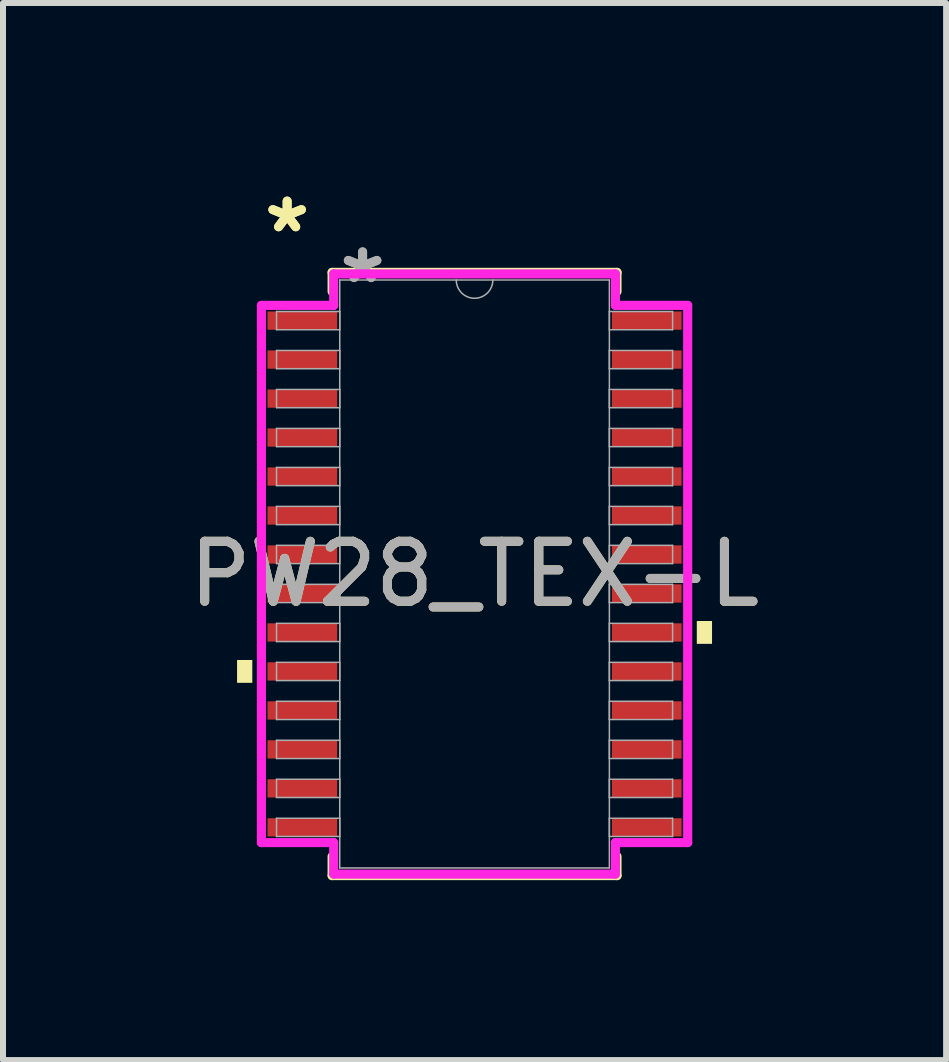
<source format=kicad_pcb>
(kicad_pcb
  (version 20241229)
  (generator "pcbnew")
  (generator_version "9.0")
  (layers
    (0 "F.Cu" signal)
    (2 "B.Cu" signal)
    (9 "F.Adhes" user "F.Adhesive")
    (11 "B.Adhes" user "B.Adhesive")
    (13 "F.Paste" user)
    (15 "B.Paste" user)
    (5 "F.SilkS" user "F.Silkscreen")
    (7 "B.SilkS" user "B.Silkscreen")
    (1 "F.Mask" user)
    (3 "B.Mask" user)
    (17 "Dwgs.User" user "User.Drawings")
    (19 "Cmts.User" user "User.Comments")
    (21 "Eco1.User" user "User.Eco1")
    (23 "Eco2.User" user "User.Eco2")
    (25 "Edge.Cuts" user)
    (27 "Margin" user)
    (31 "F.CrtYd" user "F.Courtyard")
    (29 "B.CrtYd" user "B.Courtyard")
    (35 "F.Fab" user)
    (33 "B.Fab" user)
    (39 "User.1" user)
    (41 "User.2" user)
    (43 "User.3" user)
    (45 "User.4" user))
  (footprint "PW28_TEX-L"
    (layer "F.Cu")
    (at 4.863 6.521)
    (property "Reference" "PW28_TEX-L" (at 0 0 0) (unlocked yes) (layer "F.SilkS") (effects (font (size 1 1) (thickness 0.15))))
    (attr smd)
    (fp_line (start -2.375 -5.029) (end -2.375 -4.71) (stroke (width 0.152) (type solid)) (layer "F.SilkS"))
    (fp_line (start -2.375 4.71) (end -2.375 5.029) (stroke (width 0.152) (type solid)) (layer "F.SilkS"))
    (fp_line (start -2.375 5.029) (end 2.375 5.029) (stroke (width 0.152) (type solid)) (layer "F.SilkS"))
    (fp_line (start 2.375 -5.029) (end -2.375 -5.029) (stroke (width 0.152) (type solid)) (layer "F.SilkS"))
    (fp_line (start 2.375 -4.71) (end 2.375 -5.029) (stroke (width 0.152) (type solid)) (layer "F.SilkS"))
    (fp_line (start 2.375 5.029) (end 2.375 4.71) (stroke (width 0.152) (type solid)) (layer "F.SilkS"))
    (fp_poly (pts (xy -3.96 1.434) (xy -3.96 1.815) (xy -3.706 1.815) (xy -3.706 1.434)) (stroke (width 0) (type solid)) (fill yes) (layer "F.SilkS"))
    (fp_poly (pts (xy 3.96 0.784) (xy 3.96 1.165) (xy 3.706 1.165) (xy 3.706 0.784)) (stroke (width 0) (type solid)) (fill yes) (layer "F.SilkS"))
    (fp_line (start -3.554 -4.479) (end -2.349 -4.479) (stroke (width 0.152) (type solid)) (layer "F.CrtYd"))
    (fp_line (start -3.554 4.479) (end -3.554 -4.479) (stroke (width 0.152) (type solid)) (layer "F.CrtYd"))
    (fp_line (start -3.554 4.479) (end -2.349 4.479) (stroke (width 0.152) (type solid)) (layer "F.CrtYd"))
    (fp_line (start -2.349 -5.004) (end 2.349 -5.004) (stroke (width 0.152) (type solid)) (layer "F.CrtYd"))
    (fp_line (start -2.349 -4.479) (end -2.349 -5.004) (stroke (width 0.152) (type solid)) (layer "F.CrtYd"))
    (fp_line (start -2.349 5.004) (end -2.349 4.479) (stroke (width 0.152) (type solid)) (layer "F.CrtYd"))
    (fp_line (start 2.349 -5.004) (end 2.349 -4.479) (stroke (width 0.152) (type solid)) (layer "F.CrtYd"))
    (fp_line (start 2.349 4.479) (end 2.349 5.004) (stroke (width 0.152) (type solid)) (layer "F.CrtYd"))
    (fp_line (start 2.349 5.004) (end -2.349 5.004) (stroke (width 0.152) (type solid)) (layer "F.CrtYd"))
    (fp_line (start 3.554 -4.479) (end 2.349 -4.479) (stroke (width 0.152) (type solid)) (layer "F.CrtYd"))
    (fp_line (start 3.554 -4.479) (end 3.554 4.479) (stroke (width 0.152) (type solid)) (layer "F.CrtYd"))
    (fp_line (start 3.554 4.479) (end 2.349 4.479) (stroke (width 0.152) (type solid)) (layer "F.CrtYd"))
    (fp_line (start -3.302 -4.377) (end -3.302 -4.073) (stroke (width 0.025) (type solid)) (layer "F.Fab"))
    (fp_line (start -3.302 -4.073) (end -2.248 -4.073) (stroke (width 0.025) (type solid)) (layer "F.Fab"))
    (fp_line (start -3.302 -3.727) (end -3.302 -3.423) (stroke (width 0.025) (type solid)) (layer "F.Fab"))
    (fp_line (start -3.302 -3.423) (end -2.248 -3.423) (stroke (width 0.025) (type solid)) (layer "F.Fab"))
    (fp_line (start -3.302 -3.077) (end -3.302 -2.773) (stroke (width 0.025) (type solid)) (layer "F.Fab"))
    (fp_line (start -3.302 -2.773) (end -2.248 -2.773) (stroke (width 0.025) (type solid)) (layer "F.Fab"))
    (fp_line (start -3.302 -2.427) (end -3.302 -2.123) (stroke (width 0.025) (type solid)) (layer "F.Fab"))
    (fp_line (start -3.302 -2.123) (end -2.248 -2.123) (stroke (width 0.025) (type solid)) (layer "F.Fab"))
    (fp_line (start -3.302 -1.777) (end -3.302 -1.473) (stroke (width 0.025) (type solid)) (layer "F.Fab"))
    (fp_line (start -3.302 -1.473) (end -2.248 -1.473) (stroke (width 0.025) (type solid)) (layer "F.Fab"))
    (fp_line (start -3.302 -1.127) (end -3.302 -0.823) (stroke (width 0.025) (type solid)) (layer "F.Fab"))
    (fp_line (start -3.302 -0.823) (end -2.248 -0.823) (stroke (width 0.025) (type solid)) (layer "F.Fab"))
    (fp_line (start -3.302 -0.477) (end -3.302 -0.173) (stroke (width 0.025) (type solid)) (layer "F.Fab"))
    (fp_line (start -3.302 -0.173) (end -2.248 -0.173) (stroke (width 0.025) (type solid)) (layer "F.Fab"))
    (fp_line (start -3.302 0.173) (end -3.302 0.477) (stroke (width 0.025) (type solid)) (layer "F.Fab"))
    (fp_line (start -3.302 0.477) (end -2.248 0.477) (stroke (width 0.025) (type solid)) (layer "F.Fab"))
    (fp_line (start -3.302 0.823) (end -3.302 1.127) (stroke (width 0.025) (type solid)) (layer "F.Fab"))
    (fp_line (start -3.302 1.127) (end -2.248 1.127) (stroke (width 0.025) (type solid)) (layer "F.Fab"))
    (fp_line (start -3.302 1.473) (end -3.302 1.777) (stroke (width 0.025) (type solid)) (layer "F.Fab"))
    (fp_line (start -3.302 1.777) (end -2.248 1.777) (stroke (width 0.025) (type solid)) (layer "F.Fab"))
    (fp_line (start -3.302 2.123) (end -3.302 2.427) (stroke (width 0.025) (type solid)) (layer "F.Fab"))
    (fp_line (start -3.302 2.427) (end -2.248 2.427) (stroke (width 0.025) (type solid)) (layer "F.Fab"))
    (fp_line (start -3.302 2.773) (end -3.302 3.077) (stroke (width 0.025) (type solid)) (layer "F.Fab"))
    (fp_line (start -3.302 3.077) (end -2.248 3.077) (stroke (width 0.025) (type solid)) (layer "F.Fab"))
    (fp_line (start -3.302 3.423) (end -3.302 3.727) (stroke (width 0.025) (type solid)) (layer "F.Fab"))
    (fp_line (start -3.302 3.727) (end -2.248 3.727) (stroke (width 0.025) (type solid)) (layer "F.Fab"))
    (fp_line (start -3.302 4.073) (end -3.302 4.377) (stroke (width 0.025) (type solid)) (layer "F.Fab"))
    (fp_line (start -3.302 4.377) (end -2.248 4.377) (stroke (width 0.025) (type solid)) (layer "F.Fab"))
    (fp_line (start -2.248 -4.902) (end -2.248 4.902) (stroke (width 0.025) (type solid)) (layer "F.Fab"))
    (fp_line (start -2.248 -4.377) (end -3.302 -4.377) (stroke (width 0.025) (type solid)) (layer "F.Fab"))
    (fp_line (start -2.248 -4.073) (end -2.248 -4.377) (stroke (width 0.025) (type solid)) (layer "F.Fab"))
    (fp_line (start -2.248 -3.727) (end -3.302 -3.727) (stroke (width 0.025) (type solid)) (layer "F.Fab"))
    (fp_line (start -2.248 -3.423) (end -2.248 -3.727) (stroke (width 0.025) (type solid)) (layer "F.Fab"))
    (fp_line (start -2.248 -3.077) (end -3.302 -3.077) (stroke (width 0.025) (type solid)) (layer "F.Fab"))
    (fp_line (start -2.248 -2.773) (end -2.248 -3.077) (stroke (width 0.025) (type solid)) (layer "F.Fab"))
    (fp_line (start -2.248 -2.427) (end -3.302 -2.427) (stroke (width 0.025) (type solid)) (layer "F.Fab"))
    (fp_line (start -2.248 -2.123) (end -2.248 -2.427) (stroke (width 0.025) (type solid)) (layer "F.Fab"))
    (fp_line (start -2.248 -1.777) (end -3.302 -1.777) (stroke (width 0.025) (type solid)) (layer "F.Fab"))
    (fp_line (start -2.248 -1.473) (end -2.248 -1.777) (stroke (width 0.025) (type solid)) (layer "F.Fab"))
    (fp_line (start -2.248 -1.127) (end -3.302 -1.127) (stroke (width 0.025) (type solid)) (layer "F.Fab"))
    (fp_line (start -2.248 -0.823) (end -2.248 -1.127) (stroke (width 0.025) (type solid)) (layer "F.Fab"))
    (fp_line (start -2.248 -0.477) (end -3.302 -0.477) (stroke (width 0.025) (type solid)) (layer "F.Fab"))
    (fp_line (start -2.248 -0.173) (end -2.248 -0.477) (stroke (width 0.025) (type solid)) (layer "F.Fab"))
    (fp_line (start -2.248 0.173) (end -3.302 0.173) (stroke (width 0.025) (type solid)) (layer "F.Fab"))
    (fp_line (start -2.248 0.477) (end -2.248 0.173) (stroke (width 0.025) (type solid)) (layer "F.Fab"))
    (fp_line (start -2.248 0.823) (end -3.302 0.823) (stroke (width 0.025) (type solid)) (layer "F.Fab"))
    (fp_line (start -2.248 1.127) (end -2.248 0.823) (stroke (width 0.025) (type solid)) (layer "F.Fab"))
    (fp_line (start -2.248 1.473) (end -3.302 1.473) (stroke (width 0.025) (type solid)) (layer "F.Fab"))
    (fp_line (start -2.248 1.777) (end -2.248 1.473) (stroke (width 0.025) (type solid)) (layer "F.Fab"))
    (fp_line (start -2.248 2.123) (end -3.302 2.123) (stroke (width 0.025) (type solid)) (layer "F.Fab"))
    (fp_line (start -2.248 2.427) (end -2.248 2.123) (stroke (width 0.025) (type solid)) (layer "F.Fab"))
    (fp_line (start -2.248 2.773) (end -3.302 2.773) (stroke (width 0.025) (type solid)) (layer "F.Fab"))
    (fp_line (start -2.248 3.077) (end -2.248 2.773) (stroke (width 0.025) (type solid)) (layer "F.Fab"))
    (fp_line (start -2.248 3.423) (end -3.302 3.423) (stroke (width 0.025) (type solid)) (layer "F.Fab"))
    (fp_line (start -2.248 3.727) (end -2.248 3.423) (stroke (width 0.025) (type solid)) (layer "F.Fab"))
    (fp_line (start -2.248 4.073) (end -3.302 4.073) (stroke (width 0.025) (type solid)) (layer "F.Fab"))
    (fp_line (start -2.248 4.377) (end -2.248 4.073) (stroke (width 0.025) (type solid)) (layer "F.Fab"))
    (fp_line (start -2.248 4.902) (end 2.248 4.902) (stroke (width 0.025) (type solid)) (layer "F.Fab"))
    (fp_line (start 2.248 -4.902) (end -2.248 -4.902) (stroke (width 0.025) (type solid)) (layer "F.Fab"))
    (fp_line (start 2.248 -4.377) (end 2.248 -4.073) (stroke (width 0.025) (type solid)) (layer "F.Fab"))
    (fp_line (start 2.248 -4.073) (end 3.302 -4.073) (stroke (width 0.025) (type solid)) (layer "F.Fab"))
    (fp_line (start 2.248 -3.727) (end 2.248 -3.423) (stroke (width 0.025) (type solid)) (layer "F.Fab"))
    (fp_line (start 2.248 -3.423) (end 3.302 -3.423) (stroke (width 0.025) (type solid)) (layer "F.Fab"))
    (fp_line (start 2.248 -3.077) (end 2.248 -2.773) (stroke (width 0.025) (type solid)) (layer "F.Fab"))
    (fp_line (start 2.248 -2.773) (end 3.302 -2.773) (stroke (width 0.025) (type solid)) (layer "F.Fab"))
    (fp_line (start 2.248 -2.427) (end 2.248 -2.123) (stroke (width 0.025) (type solid)) (layer "F.Fab"))
    (fp_line (start 2.248 -2.123) (end 3.302 -2.123) (stroke (width 0.025) (type solid)) (layer "F.Fab"))
    (fp_line (start 2.248 -1.777) (end 2.248 -1.473) (stroke (width 0.025) (type solid)) (layer "F.Fab"))
    (fp_line (start 2.248 -1.473) (end 3.302 -1.473) (stroke (width 0.025) (type solid)) (layer "F.Fab"))
    (fp_line (start 2.248 -1.127) (end 2.248 -0.823) (stroke (width 0.025) (type solid)) (layer "F.Fab"))
    (fp_line (start 2.248 -0.823) (end 3.302 -0.823) (stroke (width 0.025) (type solid)) (layer "F.Fab"))
    (fp_line (start 2.248 -0.477) (end 2.248 -0.173) (stroke (width 0.025) (type solid)) (layer "F.Fab"))
    (fp_line (start 2.248 -0.173) (end 3.302 -0.173) (stroke (width 0.025) (type solid)) (layer "F.Fab"))
    (fp_line (start 2.248 0.173) (end 2.248 0.477) (stroke (width 0.025) (type solid)) (layer "F.Fab"))
    (fp_line (start 2.248 0.477) (end 3.302 0.477) (stroke (width 0.025) (type solid)) (layer "F.Fab"))
    (fp_line (start 2.248 0.823) (end 2.248 1.127) (stroke (width 0.025) (type solid)) (layer "F.Fab"))
    (fp_line (start 2.248 1.127) (end 3.302 1.127) (stroke (width 0.025) (type solid)) (layer "F.Fab"))
    (fp_line (start 2.248 1.473) (end 2.248 1.777) (stroke (width 0.025) (type solid)) (layer "F.Fab"))
    (fp_line (start 2.248 1.777) (end 3.302 1.777) (stroke (width 0.025) (type solid)) (layer "F.Fab"))
    (fp_line (start 2.248 2.123) (end 2.248 2.427) (stroke (width 0.025) (type solid)) (layer "F.Fab"))
    (fp_line (start 2.248 2.427) (end 3.302 2.427) (stroke (width 0.025) (type solid)) (layer "F.Fab"))
    (fp_line (start 2.248 2.773) (end 2.248 3.077) (stroke (width 0.025) (type solid)) (layer "F.Fab"))
    (fp_line (start 2.248 3.077) (end 3.302 3.077) (stroke (width 0.025) (type solid)) (layer "F.Fab"))
    (fp_line (start 2.248 3.423) (end 2.248 3.727) (stroke (width 0.025) (type solid)) (layer "F.Fab"))
    (fp_line (start 2.248 3.727) (end 3.302 3.727) (stroke (width 0.025) (type solid)) (layer "F.Fab"))
    (fp_line (start 2.248 4.073) (end 2.248 4.377) (stroke (width 0.025) (type solid)) (layer "F.Fab"))
    (fp_line (start 2.248 4.377) (end 3.302 4.377) (stroke (width 0.025) (type solid)) (layer "F.Fab"))
    (fp_line (start 2.248 4.902) (end 2.248 -4.902) (stroke (width 0.025) (type solid)) (layer "F.Fab"))
    (fp_line (start 3.302 -4.377) (end 2.248 -4.377) (stroke (width 0.025) (type solid)) (layer "F.Fab"))
    (fp_line (start 3.302 -4.073) (end 3.302 -4.377) (stroke (width 0.025) (type solid)) (layer "F.Fab"))
    (fp_line (start 3.302 -3.727) (end 2.248 -3.727) (stroke (width 0.025) (type solid)) (layer "F.Fab"))
    (fp_line (start 3.302 -3.423) (end 3.302 -3.727) (stroke (width 0.025) (type solid)) (layer "F.Fab"))
    (fp_line (start 3.302 -3.077) (end 2.248 -3.077) (stroke (width 0.025) (type solid)) (layer "F.Fab"))
    (fp_line (start 3.302 -2.773) (end 3.302 -3.077) (stroke (width 0.025) (type solid)) (layer "F.Fab"))
    (fp_line (start 3.302 -2.427) (end 2.248 -2.427) (stroke (width 0.025) (type solid)) (layer "F.Fab"))
    (fp_line (start 3.302 -2.123) (end 3.302 -2.427) (stroke (width 0.025) (type solid)) (layer "F.Fab"))
    (fp_line (start 3.302 -1.777) (end 2.248 -1.777) (stroke (width 0.025) (type solid)) (layer "F.Fab"))
    (fp_line (start 3.302 -1.473) (end 3.302 -1.777) (stroke (width 0.025) (type solid)) (layer "F.Fab"))
    (fp_line (start 3.302 -1.127) (end 2.248 -1.127) (stroke (width 0.025) (type solid)) (layer "F.Fab"))
    (fp_line (start 3.302 -0.823) (end 3.302 -1.127) (stroke (width 0.025) (type solid)) (layer "F.Fab"))
    (fp_line (start 3.302 -0.477) (end 2.248 -0.477) (stroke (width 0.025) (type solid)) (layer "F.Fab"))
    (fp_line (start 3.302 -0.173) (end 3.302 -0.477) (stroke (width 0.025) (type solid)) (layer "F.Fab"))
    (fp_line (start 3.302 0.173) (end 2.248 0.173) (stroke (width 0.025) (type solid)) (layer "F.Fab"))
    (fp_line (start 3.302 0.477) (end 3.302 0.173) (stroke (width 0.025) (type solid)) (layer "F.Fab"))
    (fp_line (start 3.302 0.823) (end 2.248 0.823) (stroke (width 0.025) (type solid)) (layer "F.Fab"))
    (fp_line (start 3.302 1.127) (end 3.302 0.823) (stroke (width 0.025) (type solid)) (layer "F.Fab"))
    (fp_line (start 3.302 1.473) (end 2.248 1.473) (stroke (width 0.025) (type solid)) (layer "F.Fab"))
    (fp_line (start 3.302 1.777) (end 3.302 1.473) (stroke (width 0.025) (type solid)) (layer "F.Fab"))
    (fp_line (start 3.302 2.123) (end 2.248 2.123) (stroke (width 0.025) (type solid)) (layer "F.Fab"))
    (fp_line (start 3.302 2.427) (end 3.302 2.123) (stroke (width 0.025) (type solid)) (layer "F.Fab"))
    (fp_line (start 3.302 2.773) (end 2.248 2.773) (stroke (width 0.025) (type solid)) (layer "F.Fab"))
    (fp_line (start 3.302 3.077) (end 3.302 2.773) (stroke (width 0.025) (type solid)) (layer "F.Fab"))
    (fp_line (start 3.302 3.423) (end 2.248 3.423) (stroke (width 0.025) (type solid)) (layer "F.Fab"))
    (fp_line (start 3.302 3.727) (end 3.302 3.423) (stroke (width 0.025) (type solid)) (layer "F.Fab"))
    (fp_line (start 3.302 4.073) (end 2.248 4.073) (stroke (width 0.025) (type solid)) (layer "F.Fab"))
    (fp_line (start 3.302 4.377) (end 3.302 4.073) (stroke (width 0.025) (type solid)) (layer "F.Fab"))
    (fp_arc (start 0.3048 -4.9022) (mid 0 -4.5974) (end -0.3048 -4.9022) (stroke (width 0.0254) (type solid)) (layer "F.Fab"))
    (fp_text user "*" (at -3.125 -5.673 0) (unlocked yes) (layer "F.SilkS") (effects (font (size 1 1) (thickness 0.15))))
    (fp_text user "*" (at -3.125 -5.673 0) (layer "F.SilkS") (effects (font (size 1 1) (thickness 0.15))))
    (fp_text user "*" (at -1.867 -4.826 0) (layer "F.Fab") (effects (font (size 1 1) (thickness 0.15))))
    (fp_text user "*" (at -1.867 -4.826 0) (unlocked yes) (layer "F.Fab") (effects (font (size 1 1) (thickness 0.15))))
    (fp_text user "${REFERENCE}" (at 0 0 0) (unlocked yes) (layer "F.Fab") (effects (font (size 1 1) (thickness 0.15))))
    (pad "1" smd rect (at -2.871 -4.225) (size 1.162 0.305) (layers "F.Cu" "F.Mask" "F.Paste"))
    (pad "2" smd rect (at -2.871 -3.575) (size 1.162 0.305) (layers "F.Cu" "F.Mask" "F.Paste"))
    (pad "3" smd rect (at -2.871 -2.925) (size 1.162 0.305) (layers "F.Cu" "F.Mask" "F.Paste"))
    (pad "4" smd rect (at -2.871 -2.275) (size 1.162 0.305) (layers "F.Cu" "F.Mask" "F.Paste"))
    (pad "5" smd rect (at -2.871 -1.625) (size 1.162 0.305) (layers "F.Cu" "F.Mask" "F.Paste"))
    (pad "6" smd rect (at -2.871 -0.975) (size 1.162 0.305) (layers "F.Cu" "F.Mask" "F.Paste"))
    (pad "7" smd rect (at -2.871 -0.325) (size 1.162 0.305) (layers "F.Cu" "F.Mask" "F.Paste"))
    (pad "8" smd rect (at -2.871 0.325) (size 1.162 0.305) (layers "F.Cu" "F.Mask" "F.Paste"))
    (pad "9" smd rect (at -2.871 0.975) (size 1.162 0.305) (layers "F.Cu" "F.Mask" "F.Paste"))
    (pad "10" smd rect (at -2.871 1.625) (size 1.162 0.305) (layers "F.Cu" "F.Mask" "F.Paste"))
    (pad "11" smd rect (at -2.871 2.275) (size 1.162 0.305) (layers "F.Cu" "F.Mask" "F.Paste"))
    (pad "12" smd rect (at -2.871 2.925) (size 1.162 0.305) (layers "F.Cu" "F.Mask" "F.Paste"))
    (pad "13" smd rect (at -2.871 3.575) (size 1.162 0.305) (layers "F.Cu" "F.Mask" "F.Paste"))
    (pad "14" smd rect (at -2.871 4.225) (size 1.162 0.305) (layers "F.Cu" "F.Mask" "F.Paste"))
    (pad "15" smd rect (at 2.871 4.225) (size 1.162 0.305) (layers "F.Cu" "F.Mask" "F.Paste"))
    (pad "16" smd rect (at 2.871 3.575) (size 1.162 0.305) (layers "F.Cu" "F.Mask" "F.Paste"))
    (pad "17" smd rect (at 2.871 2.925) (size 1.162 0.305) (layers "F.Cu" "F.Mask" "F.Paste"))
    (pad "18" smd rect (at 2.871 2.275) (size 1.162 0.305) (layers "F.Cu" "F.Mask" "F.Paste"))
    (pad "19" smd rect (at 2.871 1.625) (size 1.162 0.305) (layers "F.Cu" "F.Mask" "F.Paste"))
    (pad "20" smd rect (at 2.871 0.975) (size 1.162 0.305) (layers "F.Cu" "F.Mask" "F.Paste"))
    (pad "21" smd rect (at 2.871 0.325) (size 1.162 0.305) (layers "F.Cu" "F.Mask" "F.Paste"))
    (pad "22" smd rect (at 2.871 -0.325) (size 1.162 0.305) (layers "F.Cu" "F.Mask" "F.Paste"))
    (pad "23" smd rect (at 2.871 -0.975) (size 1.162 0.305) (layers "F.Cu" "F.Mask" "F.Paste"))
    (pad "24" smd rect (at 2.871 -1.625) (size 1.162 0.305) (layers "F.Cu" "F.Mask" "F.Paste"))
    (pad "25" smd rect (at 2.871 -2.275) (size 1.162 0.305) (layers "F.Cu" "F.Mask" "F.Paste"))
    (pad "26" smd rect (at 2.871 -2.925) (size 1.162 0.305) (layers "F.Cu" "F.Mask" "F.Paste"))
    (pad "27" smd rect (at 2.871 -3.575) (size 1.162 0.305) (layers "F.Cu" "F.Mask" "F.Paste"))
    (pad "28" smd rect (at 2.871 -4.225) (size 1.162 0.305) (layers "F.Cu" "F.Mask" "F.Paste")))
  (gr_rect
    (start -3 -3)
    (end 12.726 14.626)
    (stroke (width 0.1) (type default))
    (fill no)
    (layer "Edge.Cuts")))
</source>
